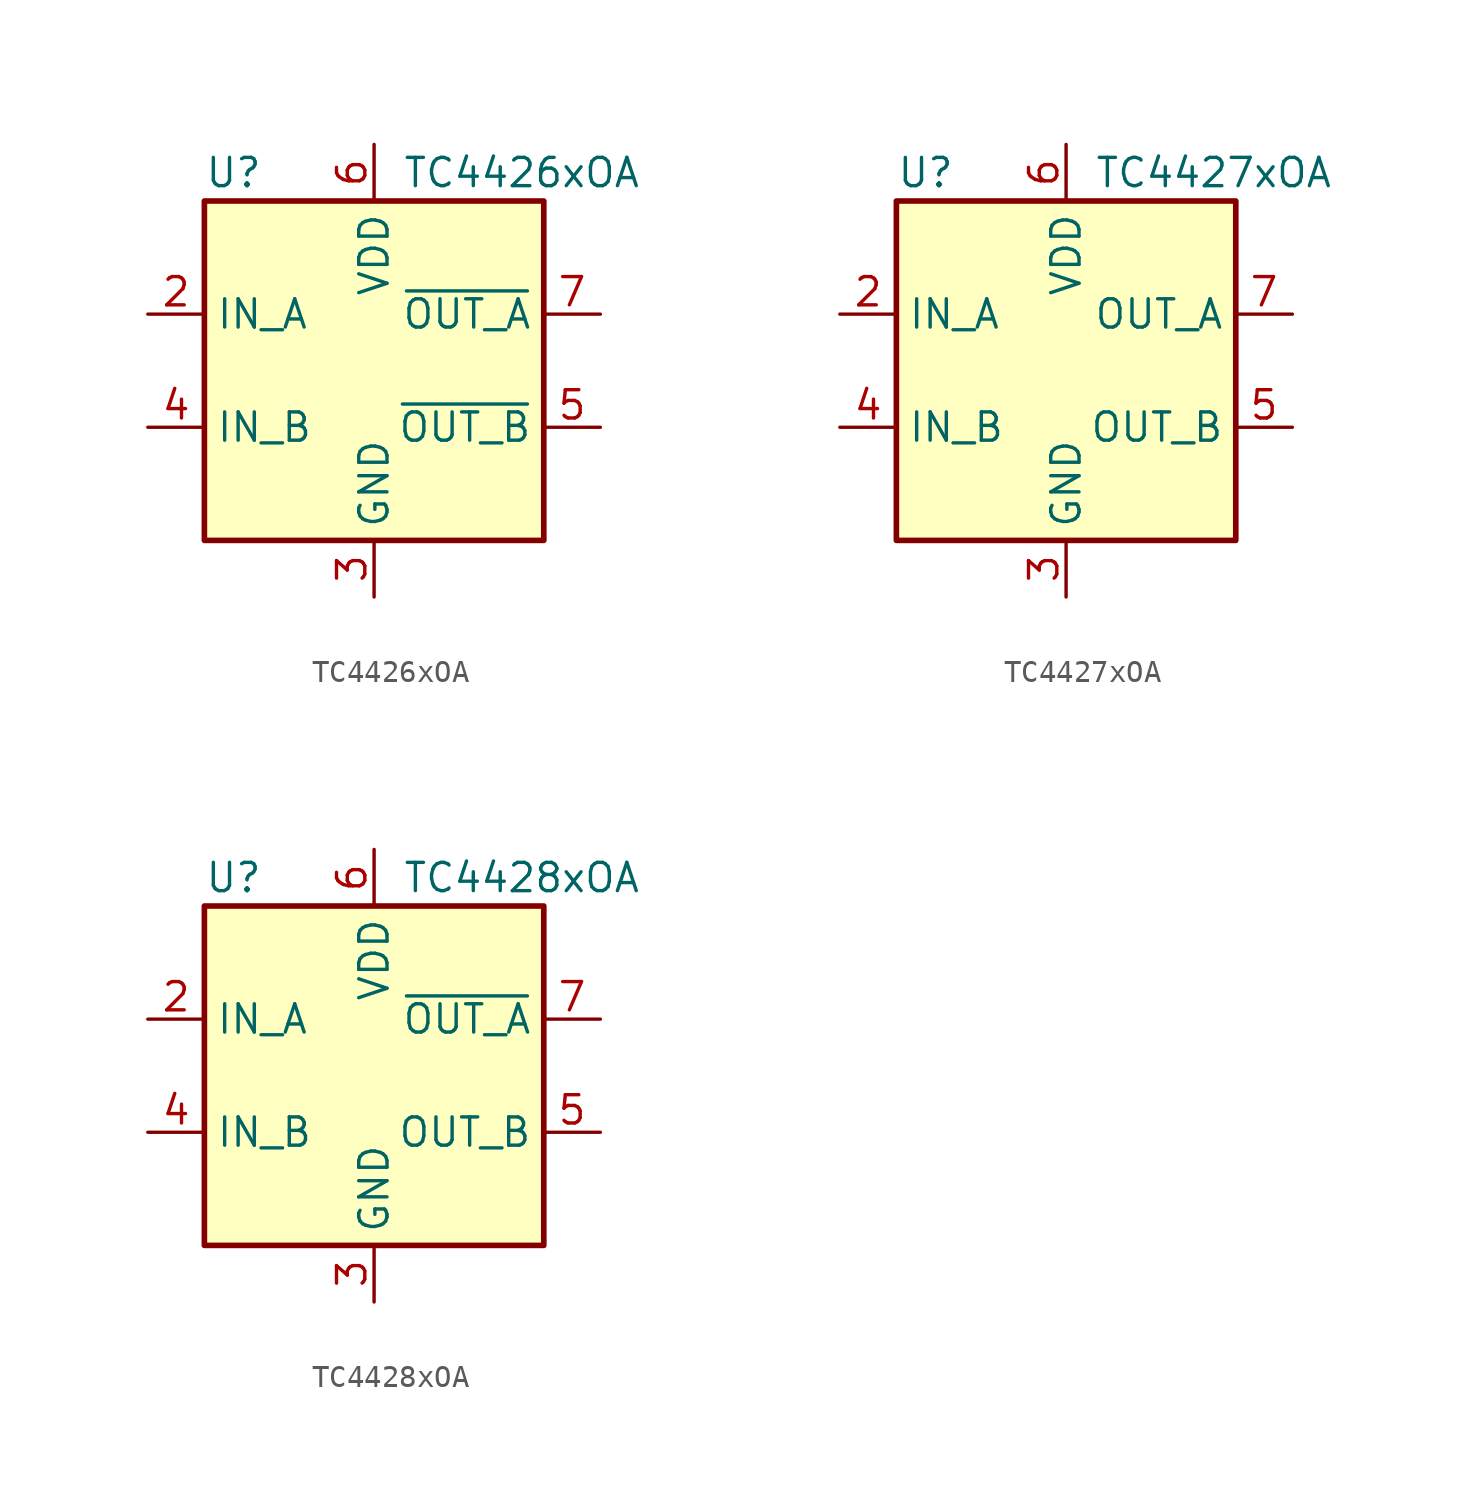
<source format=kicad_sym>
(kicad_symbol_lib
  (version 20241209)
  (generator "kicad_symbol_editor")
  (generator_version "9.0")
  (symbol "TC4426xOA"
    (property "Reference" "U"
      (at -7.62 8.89 0)
      (effects (font (size 1.27 1.27)) (justify left)))
    (property "Value" "TC4426xOA"
      (at 1.27 8.89 0)
      (effects (font (size 1.27 1.27)) (justify left)))
    (symbol "TC4426xOA_0_1"
      (rectangle (start -7.62 -7.62) (end 7.62 7.62) (stroke (width 0.254) (type default)) (fill (type background))))
    (symbol "TC4426xOA_1_1"
      (pin input line (at -10.16 2.54 0) (length 2.54) (name "IN_A" (effects (font (size 1.27 1.27)))) (number "2" (effects (font (size 1.27 1.27)))))
      (pin input line (at -10.16 -2.54 0) (length 2.54) (name "IN_B" (effects (font (size 1.27 1.27)))) (number "4" (effects (font (size 1.27 1.27)))))
      (pin no_connect line (at -7.62 0 0) (length 2.54) (hide yes) (name "NC" (effects (font (size 1.27 1.27)))) (number "1" (effects (font (size 1.27 1.27)))))
      (pin power_in line (at 0 10.16 270) (length 2.54) (name "VDD" (effects (font (size 1.27 1.27)))) (number "6" (effects (font (size 1.27 1.27)))))
      (pin power_in line (at 0 -10.16 90) (length 2.54) (name "GND" (effects (font (size 1.27 1.27)))) (number "3" (effects (font (size 1.27 1.27)))))
      (pin no_connect line (at 7.62 0 180) (length 2.54) (hide yes) (name "NC" (effects (font (size 1.27 1.27)))) (number "8" (effects (font (size 1.27 1.27)))))
      (pin output line (at 10.16 2.54 180) (length 2.54) (name "~{OUT_A}" (effects (font (size 1.27 1.27)))) (number "7" (effects (font (size 1.27 1.27)))))
      (pin output line (at 10.16 -2.54 180) (length 2.54) (name "~{OUT_B}" (effects (font (size 1.27 1.27)))) (number "5" (effects (font (size 1.27 1.27)))))))
  (symbol "TC4427xOA"
    (property "Reference" "U"
      (at -7.62 8.89 0)
      (effects (font (size 1.27 1.27)) (justify left)))
    (property "Value" "TC4427xOA"
      (at 1.27 8.89 0)
      (effects (font (size 1.27 1.27)) (justify left)))
    (symbol "TC4427xOA_0_1"
      (rectangle (start -7.62 -7.62) (end 7.62 7.62) (stroke (width 0.254) (type default)) (fill (type background))))
    (symbol "TC4427xOA_1_1"
      (pin input line (at -10.16 2.54 0) (length 2.54) (name "IN_A" (effects (font (size 1.27 1.27)))) (number "2" (effects (font (size 1.27 1.27)))))
      (pin input line (at -10.16 -2.54 0) (length 2.54) (name "IN_B" (effects (font (size 1.27 1.27)))) (number "4" (effects (font (size 1.27 1.27)))))
      (pin no_connect line (at -7.62 0 0) (length 2.54) (hide yes) (name "NC" (effects (font (size 1.27 1.27)))) (number "1" (effects (font (size 1.27 1.27)))))
      (pin power_in line (at 0 10.16 270) (length 2.54) (name "VDD" (effects (font (size 1.27 1.27)))) (number "6" (effects (font (size 1.27 1.27)))))
      (pin power_in line (at 0 -10.16 90) (length 2.54) (name "GND" (effects (font (size 1.27 1.27)))) (number "3" (effects (font (size 1.27 1.27)))))
      (pin no_connect line (at 7.62 0 180) (length 2.54) (hide yes) (name "NC" (effects (font (size 1.27 1.27)))) (number "8" (effects (font (size 1.27 1.27)))))
      (pin output line (at 10.16 2.54 180) (length 2.54) (name "OUT_A" (effects (font (size 1.27 1.27)))) (number "7" (effects (font (size 1.27 1.27)))))
      (pin output line (at 10.16 -2.54 180) (length 2.54) (name "OUT_B" (effects (font (size 1.27 1.27)))) (number "5" (effects (font (size 1.27 1.27)))))))
  (symbol "TC4428xOA"
    (property "Reference" "U"
      (at -7.62 8.89 0)
      (effects (font (size 1.27 1.27)) (justify left)))
    (property "Value" "TC4428xOA"
      (at 1.27 8.89 0)
      (effects (font (size 1.27 1.27)) (justify left)))
    (symbol "TC4428xOA_0_1"
      (rectangle (start -7.62 -7.62) (end 7.62 7.62) (stroke (width 0.254) (type default)) (fill (type background))))
    (symbol "TC4428xOA_1_1"
      (pin input line (at -10.16 2.54 0) (length 2.54) (name "IN_A" (effects (font (size 1.27 1.27)))) (number "2" (effects (font (size 1.27 1.27)))))
      (pin input line (at -10.16 -2.54 0) (length 2.54) (name "IN_B" (effects (font (size 1.27 1.27)))) (number "4" (effects (font (size 1.27 1.27)))))
      (pin no_connect line (at -7.62 0 0) (length 2.54) (hide yes) (name "NC" (effects (font (size 1.27 1.27)))) (number "1" (effects (font (size 1.27 1.27)))))
      (pin power_in line (at 0 10.16 270) (length 2.54) (name "VDD" (effects (font (size 1.27 1.27)))) (number "6" (effects (font (size 1.27 1.27)))))
      (pin power_in line (at 0 -10.16 90) (length 2.54) (name "GND" (effects (font (size 1.27 1.27)))) (number "3" (effects (font (size 1.27 1.27)))))
      (pin no_connect line (at 7.62 0 180) (length 2.54) (hide yes) (name "NC" (effects (font (size 1.27 1.27)))) (number "8" (effects (font (size 1.27 1.27)))))
      (pin output line (at 10.16 2.54 180) (length 2.54) (name "~{OUT_A}" (effects (font (size 1.27 1.27)))) (number "7" (effects (font (size 1.27 1.27)))))
      (pin output line (at 10.16 -2.54 180) (length 2.54) (name "OUT_B" (effects (font (size 1.27 1.27)))) (number "5" (effects (font (size 1.27 1.27))))))))
</source>
